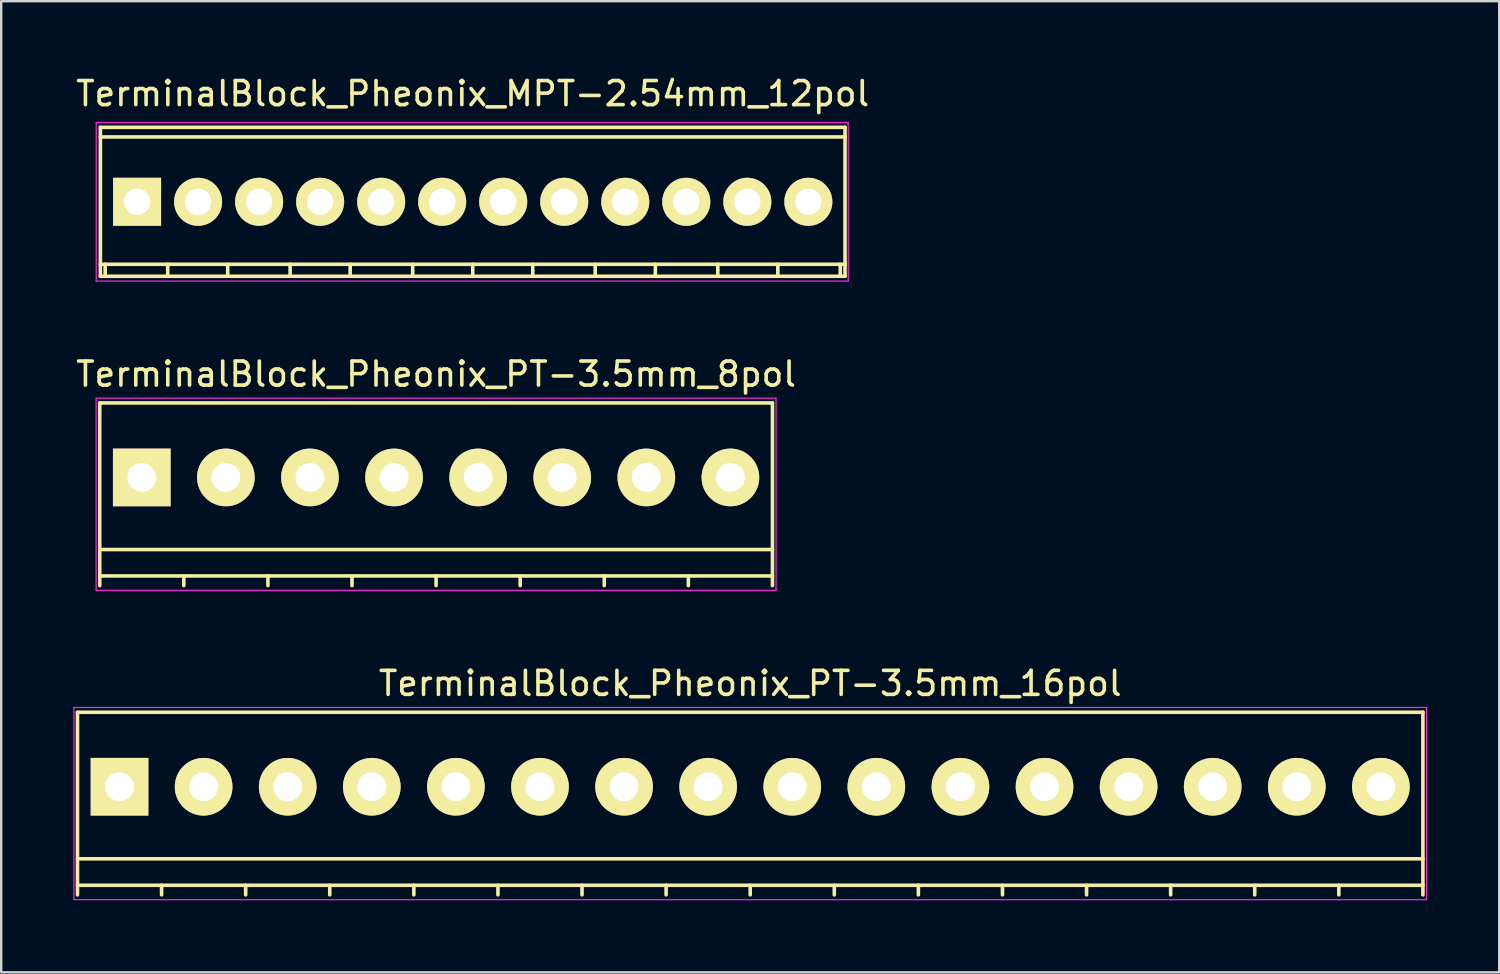
<source format=kicad_pcb>
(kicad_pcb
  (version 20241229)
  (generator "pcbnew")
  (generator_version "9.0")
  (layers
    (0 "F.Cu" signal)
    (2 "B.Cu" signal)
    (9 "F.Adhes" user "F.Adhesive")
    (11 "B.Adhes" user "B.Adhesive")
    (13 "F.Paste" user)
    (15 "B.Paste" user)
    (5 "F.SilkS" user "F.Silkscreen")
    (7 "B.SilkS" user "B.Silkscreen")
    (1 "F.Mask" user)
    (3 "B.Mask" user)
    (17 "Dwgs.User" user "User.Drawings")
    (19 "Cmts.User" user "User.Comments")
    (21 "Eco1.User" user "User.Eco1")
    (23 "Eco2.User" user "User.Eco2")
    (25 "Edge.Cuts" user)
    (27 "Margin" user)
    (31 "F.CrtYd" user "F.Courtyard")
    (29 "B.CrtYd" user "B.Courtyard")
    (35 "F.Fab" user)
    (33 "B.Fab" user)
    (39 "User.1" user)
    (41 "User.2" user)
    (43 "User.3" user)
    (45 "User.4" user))
  (footprint "TerminalBlock_Pheonix_PT-3.5mm_8pol"
    (layer "F.Cu")
    (at 2.851 16.822)
    (property "Reference" "TerminalBlock_Pheonix_PT-3.5mm_8pol" (at 12.25 -4.3 0) (layer "F.SilkS") (effects (font (size 1 1) (thickness 0.15))))
    (attr through_hole)
    (fp_line (start -1.75 -3.1) (end -1.75 4.5) (stroke (width 0.15) (type solid)) (layer "F.SilkS"))
    (fp_line (start -1.75 3) (end 26.25 3) (stroke (width 0.15) (type solid)) (layer "F.SilkS"))
    (fp_line (start -1.75 4.1) (end 26.25 4.1) (stroke (width 0.15) (type solid)) (layer "F.SilkS"))
    (fp_line (start 1.75 4.1) (end 1.75 4.5) (stroke (width 0.15) (type solid)) (layer "F.SilkS"))
    (fp_line (start 5.25 4.1) (end 5.25 4.5) (stroke (width 0.15) (type solid)) (layer "F.SilkS"))
    (fp_line (start 8.75 4.1) (end 8.75 4.5) (stroke (width 0.15) (type solid)) (layer "F.SilkS"))
    (fp_line (start 12.25 4.1) (end 12.25 4.5) (stroke (width 0.15) (type solid)) (layer "F.SilkS"))
    (fp_line (start 15.75 4.1) (end 15.75 4.5) (stroke (width 0.15) (type solid)) (layer "F.SilkS"))
    (fp_line (start 19.25 4.1) (end 19.25 4.5) (stroke (width 0.15) (type solid)) (layer "F.SilkS"))
    (fp_line (start 22.75 4.1) (end 22.75 4.5) (stroke (width 0.15) (type solid)) (layer "F.SilkS"))
    (fp_line (start 26.25 -3.1) (end -1.75 -3.1) (stroke (width 0.15) (type solid)) (layer "F.SilkS"))
    (fp_line (start 26.25 4.5) (end 26.25 -3.1) (stroke (width 0.15) (type solid)) (layer "F.SilkS"))
    (fp_line (start -1.9 -3.3) (end 26.4 -3.3) (stroke (width 0.05) (type solid)) (layer "F.CrtYd"))
    (fp_line (start -1.9 4.7) (end -1.9 -3.3) (stroke (width 0.05) (type solid)) (layer "F.CrtYd"))
    (fp_line (start 26.4 -3.3) (end 26.4 4.7) (stroke (width 0.05) (type solid)) (layer "F.CrtYd"))
    (fp_line (start 26.4 4.7) (end -1.9 4.7) (stroke (width 0.05) (type solid)) (layer "F.CrtYd"))
    (pad "1" thru_hole rect (at 0 0) (size 2.4 2.4) (drill 1.2) (layers "*.Cu" "*.Mask" "F.SilkS"))
    (pad "2" thru_hole circle (at 3.5 0) (size 2.4 2.4) (drill 1.2) (layers "*.Cu" "*.Mask" "F.SilkS"))
    (pad "3" thru_hole circle (at 7 0) (size 2.4 2.4) (drill 1.2) (layers "*.Cu" "*.Mask" "F.SilkS"))
    (pad "4" thru_hole circle (at 10.5 0) (size 2.4 2.4) (drill 1.2) (layers "*.Cu" "*.Mask" "F.SilkS"))
    (pad "5" thru_hole circle (at 14 0) (size 2.4 2.4) (drill 1.2) (layers "*.Cu" "*.Mask" "F.SilkS"))
    (pad "6" thru_hole circle (at 17.5 0) (size 2.4 2.4) (drill 1.2) (layers "*.Cu" "*.Mask" "F.SilkS"))
    (pad "7" thru_hole circle (at 21 0) (size 2.4 2.4) (drill 1.2) (layers "*.Cu" "*.Mask" "F.SilkS"))
    (pad "8" thru_hole circle (at 24.5 0) (size 2.4 2.4) (drill 1.2) (layers "*.Cu" "*.Mask" "F.SilkS")))
  (footprint "TerminalBlock_Pheonix_MPT-2.54mm_12pol"
    (layer "F.Cu")
    (at 2.655 5.349)
    (property "Reference" "TerminalBlock_Pheonix_MPT-2.54mm_12pol" (at 13.97 -4.501 0) (layer "F.SilkS") (effects (font (size 1 1) (thickness 0.15))))
    (attr through_hole)
    (fp_line (start -1.529 -3.099) (end 29.469 -3.099) (stroke (width 0.15) (type solid)) (layer "F.SilkS"))
    (fp_line (start -1.529 2.601) (end 29.469 2.601) (stroke (width 0.15) (type solid)) (layer "F.SilkS"))
    (fp_line (start -1.527 -3.099) (end -1.527 3.099) (stroke (width 0.15) (type solid)) (layer "F.SilkS"))
    (fp_line (start -1.328 3.099) (end -1.328 2.601) (stroke (width 0.15) (type solid)) (layer "F.SilkS"))
    (fp_line (start 1.275 3.099) (end 1.275 2.601) (stroke (width 0.15) (type solid)) (layer "F.SilkS"))
    (fp_line (start 3.772 2.601) (end 3.772 3.099) (stroke (width 0.15) (type solid)) (layer "F.SilkS"))
    (fp_line (start 6.37 2.601) (end 6.37 3.099) (stroke (width 0.15) (type solid)) (layer "F.SilkS"))
    (fp_line (start 8.87 2.601) (end 8.87 3.099) (stroke (width 0.15) (type solid)) (layer "F.SilkS"))
    (fp_line (start 11.471 2.601) (end 11.471 3.099) (stroke (width 0.15) (type solid)) (layer "F.SilkS"))
    (fp_line (start 13.97 2.601) (end 13.97 3.099) (stroke (width 0.15) (type solid)) (layer "F.SilkS"))
    (fp_line (start 16.469 2.601) (end 16.469 3.099) (stroke (width 0.15) (type solid)) (layer "F.SilkS"))
    (fp_line (start 19.07 2.601) (end 19.07 3.099) (stroke (width 0.15) (type solid)) (layer "F.SilkS"))
    (fp_line (start 21.572 2.601) (end 21.572 3.099) (stroke (width 0.15) (type solid)) (layer "F.SilkS"))
    (fp_line (start 24.171 2.601) (end 24.171 3.099) (stroke (width 0.15) (type solid)) (layer "F.SilkS"))
    (fp_line (start 26.67 2.601) (end 26.67 3.099) (stroke (width 0.15) (type solid)) (layer "F.SilkS"))
    (fp_line (start 29.268 2.601) (end 29.268 3.099) (stroke (width 0.15) (type solid)) (layer "F.SilkS"))
    (fp_line (start 29.467 3.099) (end 29.467 -3.099) (stroke (width 0.15) (type solid)) (layer "F.SilkS"))
    (fp_line (start 29.469 -2.7) (end -1.529 -2.7) (stroke (width 0.15) (type solid)) (layer "F.SilkS"))
    (fp_line (start 29.469 3.099) (end -1.529 3.099) (stroke (width 0.15) (type solid)) (layer "F.SilkS"))
    (fp_line (start -1.7 -3.3) (end 29.6 -3.3) (stroke (width 0.05) (type solid)) (layer "F.CrtYd"))
    (fp_line (start -1.7 3.3) (end -1.7 -3.3) (stroke (width 0.05) (type solid)) (layer "F.CrtYd"))
    (fp_line (start 29.6 -3.3) (end 29.6 3.2) (stroke (width 0.05) (type solid)) (layer "F.CrtYd"))
    (fp_line (start 29.6 3.2) (end 29.6 3.3) (stroke (width 0.05) (type solid)) (layer "F.CrtYd"))
    (fp_line (start 29.6 3.3) (end -1.7 3.3) (stroke (width 0.05) (type solid)) (layer "F.CrtYd"))
    (pad "1" thru_hole rect (at 0 0 180) (size 1.999 1.999) (drill 1.097) (layers "*.Cu" "*.Mask" "F.SilkS"))
    (pad "2" thru_hole oval (at 2.54 0 180) (size 1.999 1.999) (drill 1.097) (layers "*.Cu" "*.Mask" "F.SilkS"))
    (pad "3" thru_hole oval (at 5.08 0 180) (size 1.999 1.999) (drill 1.097) (layers "*.Cu" "*.Mask" "F.SilkS"))
    (pad "4" thru_hole oval (at 7.62 0 180) (size 1.999 1.999) (drill 1.097) (layers "*.Cu" "*.Mask" "F.SilkS"))
    (pad "5" thru_hole oval (at 10.16 0 180) (size 1.999 1.999) (drill 1.097) (layers "*.Cu" "*.Mask" "F.SilkS"))
    (pad "6" thru_hole oval (at 12.7 0 180) (size 1.999 1.999) (drill 1.097) (layers "*.Cu" "*.Mask" "F.SilkS"))
    (pad "7" thru_hole oval (at 15.24 0 180) (size 1.999 1.999) (drill 1.097) (layers "*.Cu" "*.Mask" "F.SilkS"))
    (pad "8" thru_hole oval (at 17.78 0 180) (size 1.999 1.999) (drill 1.097) (layers "*.Cu" "*.Mask" "F.SilkS"))
    (pad "9" thru_hole oval (at 20.32 0 180) (size 1.999 1.999) (drill 1.097) (layers "*.Cu" "*.Mask" "F.SilkS"))
    (pad "10" thru_hole oval (at 22.86 0 180) (size 1.999 1.999) (drill 1.097) (layers "*.Cu" "*.Mask" "F.SilkS"))
    (pad "11" thru_hole oval (at 25.4 0 180) (size 1.999 1.999) (drill 1.097) (layers "*.Cu" "*.Mask" "F.SilkS"))
    (pad "12" thru_hole oval (at 27.94 0 180) (size 1.999 1.999) (drill 1.097) (layers "*.Cu" "*.Mask" "F.SilkS")))
  (footprint "TerminalBlock_Pheonix_PT-3.5mm_16pol"
    (layer "F.Cu")
    (at 1.925 29.696)
    (property "Reference" "TerminalBlock_Pheonix_PT-3.5mm_16pol" (at 26.25 -4.3 0) (layer "F.SilkS") (effects (font (size 1 1) (thickness 0.15))))
    (attr through_hole)
    (fp_line (start -1.75 -3.1) (end -1.75 4.5) (stroke (width 0.15) (type solid)) (layer "F.SilkS"))
    (fp_line (start -1.75 3) (end 54.25 3) (stroke (width 0.15) (type solid)) (layer "F.SilkS"))
    (fp_line (start -1.75 4.1) (end 54.25 4.1) (stroke (width 0.15) (type solid)) (layer "F.SilkS"))
    (fp_line (start 1.75 4.1) (end 1.75 4.5) (stroke (width 0.15) (type solid)) (layer "F.SilkS"))
    (fp_line (start 5.25 4.1) (end 5.25 4.5) (stroke (width 0.15) (type solid)) (layer "F.SilkS"))
    (fp_line (start 8.75 4.1) (end 8.75 4.5) (stroke (width 0.15) (type solid)) (layer "F.SilkS"))
    (fp_line (start 12.25 4.1) (end 12.25 4.5) (stroke (width 0.15) (type solid)) (layer "F.SilkS"))
    (fp_line (start 15.75 4.1) (end 15.75 4.5) (stroke (width 0.15) (type solid)) (layer "F.SilkS"))
    (fp_line (start 19.25 4.1) (end 19.25 4.5) (stroke (width 0.15) (type solid)) (layer "F.SilkS"))
    (fp_line (start 22.75 4.1) (end 22.75 4.5) (stroke (width 0.15) (type solid)) (layer "F.SilkS"))
    (fp_line (start 26.25 4.1) (end 26.25 4.5) (stroke (width 0.15) (type solid)) (layer "F.SilkS"))
    (fp_line (start 29.75 4.1) (end 29.75 4.5) (stroke (width 0.15) (type solid)) (layer "F.SilkS"))
    (fp_line (start 33.25 4.1) (end 33.25 4.5) (stroke (width 0.15) (type solid)) (layer "F.SilkS"))
    (fp_line (start 36.75 4.1) (end 36.75 4.5) (stroke (width 0.15) (type solid)) (layer "F.SilkS"))
    (fp_line (start 40.25 4.1) (end 40.25 4.5) (stroke (width 0.15) (type solid)) (layer "F.SilkS"))
    (fp_line (start 43.75 4.1) (end 43.75 4.5) (stroke (width 0.15) (type solid)) (layer "F.SilkS"))
    (fp_line (start 47.25 4.1) (end 47.25 4.5) (stroke (width 0.15) (type solid)) (layer "F.SilkS"))
    (fp_line (start 50.75 4.1) (end 50.75 4.5) (stroke (width 0.15) (type solid)) (layer "F.SilkS"))
    (fp_line (start 54.25 -3.1) (end -1.75 -3.1) (stroke (width 0.15) (type solid)) (layer "F.SilkS"))
    (fp_line (start 54.25 4.5) (end 54.25 -3.1) (stroke (width 0.15) (type solid)) (layer "F.SilkS"))
    (fp_line (start -1.9 -3.3) (end 54.4 -3.3) (stroke (width 0.05) (type solid)) (layer "F.CrtYd"))
    (fp_line (start -1.9 4.7) (end -1.9 -3.3) (stroke (width 0.05) (type solid)) (layer "F.CrtYd"))
    (fp_line (start 54.4 -3.3) (end 54.4 4.7) (stroke (width 0.05) (type solid)) (layer "F.CrtYd"))
    (fp_line (start 54.4 4.7) (end -1.9 4.7) (stroke (width 0.05) (type solid)) (layer "F.CrtYd"))
    (pad "1" thru_hole rect (at 0 0 180) (size 2.4 2.4) (drill 1.2) (layers "*.Cu" "*.Mask" "F.SilkS"))
    (pad "2" thru_hole circle (at 3.5 0 180) (size 2.4 2.4) (drill 1.2) (layers "*.Cu" "*.Mask" "F.SilkS"))
    (pad "3" thru_hole circle (at 7 0 180) (size 2.4 2.4) (drill 1.2) (layers "*.Cu" "*.Mask" "F.SilkS"))
    (pad "4" thru_hole circle (at 10.5 0 180) (size 2.4 2.4) (drill 1.2) (layers "*.Cu" "*.Mask" "F.SilkS"))
    (pad "5" thru_hole circle (at 14 0 180) (size 2.4 2.4) (drill 1.2) (layers "*.Cu" "*.Mask" "F.SilkS"))
    (pad "6" thru_hole circle (at 17.5 0 180) (size 2.4 2.4) (drill 1.2) (layers "*.Cu" "*.Mask" "F.SilkS"))
    (pad "7" thru_hole circle (at 21 0 180) (size 2.4 2.4) (drill 1.2) (layers "*.Cu" "*.Mask" "F.SilkS"))
    (pad "8" thru_hole circle (at 24.5 0 180) (size 2.4 2.4) (drill 1.2) (layers "*.Cu" "*.Mask" "F.SilkS"))
    (pad "9" thru_hole circle (at 28 0 180) (size 2.4 2.4) (drill 1.2) (layers "*.Cu" "*.Mask" "F.SilkS"))
    (pad "10" thru_hole circle (at 31.5 0 180) (size 2.4 2.4) (drill 1.2) (layers "*.Cu" "*.Mask" "F.SilkS"))
    (pad "11" thru_hole circle (at 35 0 180) (size 2.4 2.4) (drill 1.2) (layers "*.Cu" "*.Mask" "F.SilkS"))
    (pad "12" thru_hole circle (at 38.5 0 180) (size 2.4 2.4) (drill 1.2) (layers "*.Cu" "*.Mask" "F.SilkS"))
    (pad "13" thru_hole circle (at 42 0 180) (size 2.4 2.4) (drill 1.2) (layers "*.Cu" "*.Mask" "F.SilkS"))
    (pad "14" thru_hole circle (at 45.5 0 180) (size 2.4 2.4) (drill 1.2) (layers "*.Cu" "*.Mask" "F.SilkS"))
    (pad "15" thru_hole circle (at 49 0 180) (size 2.4 2.4) (drill 1.2) (layers "*.Cu" "*.Mask" "F.SilkS"))
    (pad "16" thru_hole circle (at 52.5 0 180) (size 2.4 2.4) (drill 1.2) (layers "*.Cu" "*.Mask" "F.SilkS")))
  (gr_rect
    (start -3 -3)
    (end 59.35 37.421)
    (stroke (width 0.1) (type default))
    (fill no)
    (layer "Edge.Cuts")))
</source>
